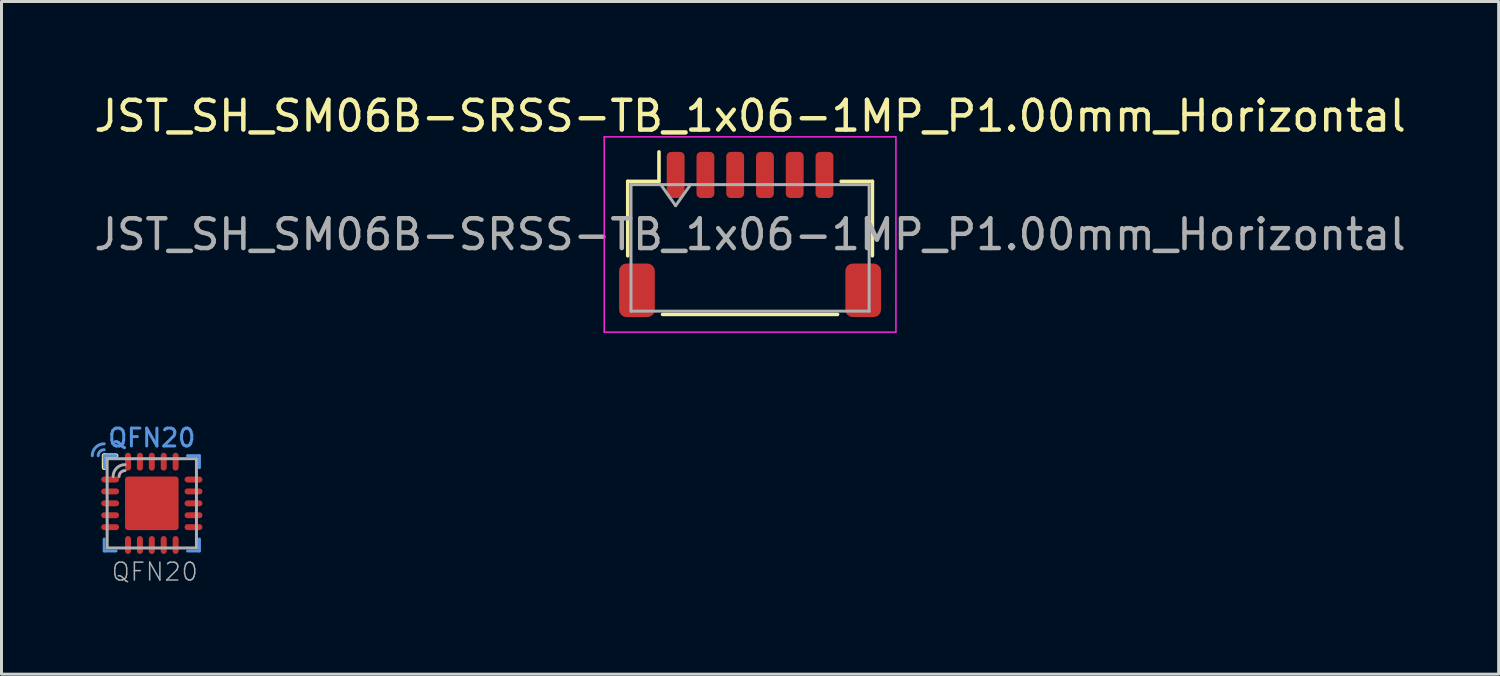
<source format=kicad_pcb>
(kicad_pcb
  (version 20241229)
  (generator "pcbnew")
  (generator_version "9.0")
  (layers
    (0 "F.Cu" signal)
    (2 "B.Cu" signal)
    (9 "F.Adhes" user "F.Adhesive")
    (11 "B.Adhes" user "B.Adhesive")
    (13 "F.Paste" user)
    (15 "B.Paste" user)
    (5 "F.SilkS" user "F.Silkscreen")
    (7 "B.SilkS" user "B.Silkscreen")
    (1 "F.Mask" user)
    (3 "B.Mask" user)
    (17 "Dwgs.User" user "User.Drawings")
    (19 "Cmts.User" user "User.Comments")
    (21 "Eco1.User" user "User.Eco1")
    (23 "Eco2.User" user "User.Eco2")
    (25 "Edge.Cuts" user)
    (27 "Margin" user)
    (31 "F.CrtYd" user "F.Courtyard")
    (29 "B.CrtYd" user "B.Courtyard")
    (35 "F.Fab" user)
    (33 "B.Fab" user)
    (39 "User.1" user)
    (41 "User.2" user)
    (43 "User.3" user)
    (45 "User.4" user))
  (footprint "QFN20"
    (layer "F.Cu")
    (at 2.05 13.86)
    (property "Reference" "QFN20" (at 0.1 2.3 180) (layer "F.Fab") (effects (font (size 0.6 0.6) (thickness 0.05))))
    (attr through_hole)
    (fp_line (start -1.6 -1.6) (end -1.6 -1.2) (stroke (width 0.16) (type solid)) (layer "F.SilkS"))
    (fp_line (start -1.2 -1.6) (end -1.6 -1.6) (stroke (width 0.16) (type solid)) (layer "F.SilkS"))
    (fp_line (start -1.6 -1.6) (end -1.59 -1.2) (stroke (width 0.1) (type solid)) (layer "Cmts.User"))
    (fp_line (start -1.6 1.6) (end -1.6 1.2) (stroke (width 0.1) (type solid)) (layer "Cmts.User"))
    (fp_line (start -1.2 -1.6) (end -1.6 -1.6) (stroke (width 0.1) (type solid)) (layer "Cmts.User"))
    (fp_line (start -1.2 1.6) (end -1.6 1.6) (stroke (width 0.1) (type solid)) (layer "Cmts.User"))
    (fp_line (start 1.2 -1.6) (end 1.6 -1.6) (stroke (width 0.1) (type solid)) (layer "Cmts.User"))
    (fp_line (start 1.2 1.6) (end 1.6 1.6) (stroke (width 0.1) (type solid)) (layer "Cmts.User"))
    (fp_line (start 1.6 -1.6) (end 1.6 -1.2) (stroke (width 0.1) (type solid)) (layer "Cmts.User"))
    (fp_line (start 1.6 1.6) (end 1.6 1.2) (stroke (width 0.1) (type solid)) (layer "Cmts.User"))
    (fp_arc (start -2 -1.6) (mid -1.882843 -1.882843) (end -1.6 -2) (stroke (width 0.1) (type solid)) (layer "Cmts.User"))
    (fp_arc (start -1.8 -1.6) (mid -1.741421 -1.741421) (end -1.6 -1.8) (stroke (width 0.1) (type solid)) (layer "Cmts.User"))
    (fp_line (start -1.5 -1.5) (end 1.5 -1.5) (stroke (width 0.1) (type solid)) (layer "F.Fab"))
    (fp_line (start -1.5 1.5) (end -1.5 -1.5) (stroke (width 0.1) (type solid)) (layer "F.Fab"))
    (fp_line (start 1.5 -1.5) (end 1.5 1.5) (stroke (width 0.1) (type solid)) (layer "F.Fab"))
    (fp_line (start 1.5 1.5) (end -1.5 1.5) (stroke (width 0.1) (type solid)) (layer "F.Fab"))
    (fp_arc (start -1.3 -0.9) (mid -1.182843 -1.182843) (end -0.9 -1.3) (stroke (width 0.1) (type solid)) (layer "F.Fab"))
    (fp_arc (start -1.1 -0.9) (mid -1.041421 -1.041421) (end -0.9 -1.1) (stroke (width 0.1) (type solid)) (layer "F.Fab"))
    (fp_text user "${REFERENCE}" (at 0 -2.2 180) (layer "Cmts.User") (effects (font (size 0.6 0.6) (thickness 0.1))))
    (pad "" smd roundrect (at -0.5 -0.5) (size 0.7 0.7) (layers "F.Paste") (roundrect_rratio 0.286))
    (pad "" smd roundrect (at -0.5 0.5) (size 0.7 0.7) (layers "F.Paste") (roundrect_rratio 0.286))
    (pad "" smd roundrect (at 0.5 -0.5) (size 0.7 0.7) (layers "F.Paste") (roundrect_rratio 0.286))
    (pad "" smd roundrect (at 0.5 0.5) (size 0.7 0.7) (layers "F.Paste") (roundrect_rratio 0.286))
    (pad "1" smd oval (at -1.4 -0.8 90) (size 0.2 0.6) (layers "F.Cu" "F.Mask" "F.Paste"))
    (pad "2" smd oval (at -1.4 -0.4 90) (size 0.2 0.6) (layers "F.Cu" "F.Mask" "F.Paste"))
    (pad "3" smd oval (at -1.4 0 90) (size 0.2 0.6) (layers "F.Cu" "F.Mask" "F.Paste"))
    (pad "4" smd oval (at -1.4 0.4 90) (size 0.2 0.6) (layers "F.Cu" "F.Mask" "F.Paste"))
    (pad "5" smd oval (at -1.4 0.8 90) (size 0.2 0.6) (layers "F.Cu" "F.Mask" "F.Paste"))
    (pad "6" smd oval (at -0.8 1.4 180) (size 0.2 0.6) (layers "F.Cu" "F.Mask" "F.Paste"))
    (pad "7" smd oval (at -0.4 1.4 180) (size 0.2 0.6) (layers "F.Cu" "F.Mask" "F.Paste"))
    (pad "8" smd oval (at 0 1.4 180) (size 0.2 0.6) (layers "F.Cu" "F.Mask" "F.Paste"))
    (pad "9" smd oval (at 0.4 1.4 180) (size 0.2 0.6) (layers "F.Cu" "F.Mask" "F.Paste"))
    (pad "10" smd oval (at 0.8 1.4 180) (size 0.2 0.6) (layers "F.Cu" "F.Mask" "F.Paste"))
    (pad "11" smd oval (at 1.4 0.8 90) (size 0.2 0.6) (layers "F.Cu" "F.Mask" "F.Paste"))
    (pad "12" smd oval (at 1.4 0.4 90) (size 0.2 0.6) (layers "F.Cu" "F.Mask" "F.Paste"))
    (pad "13" smd oval (at 1.4 0 90) (size 0.2 0.6) (layers "F.Cu" "F.Mask" "F.Paste"))
    (pad "14" smd oval (at 1.4 -0.4 90) (size 0.2 0.6) (layers "F.Cu" "F.Mask" "F.Paste"))
    (pad "15" smd oval (at 1.4 -0.8 90) (size 0.2 0.6) (layers "F.Cu" "F.Mask" "F.Paste"))
    (pad "16" smd oval (at 0.8 -1.4 180) (size 0.2 0.6) (layers "F.Cu" "F.Mask" "F.Paste"))
    (pad "17" smd oval (at 0.4 -1.4 180) (size 0.2 0.6) (layers "F.Cu" "F.Mask" "F.Paste"))
    (pad "18" smd oval (at 0 -1.4 180) (size 0.2 0.6) (layers "F.Cu" "F.Mask" "F.Paste"))
    (pad "19" smd oval (at -0.4 -1.4 180) (size 0.2 0.6) (layers "F.Cu" "F.Mask" "F.Paste"))
    (pad "20" smd oval (at -0.8 -1.4 180) (size 0.2 0.6) (layers "F.Cu" "F.Mask" "F.Paste"))
    (pad "PAD" smd roundrect (at 0 0) (size 1.8 1.8) (layers "F.Cu" "F.Mask") (roundrect_rratio 0.056)))
  (footprint "JST_SH_SM06B-SRSS-TB_1x06-1MP_P1.00mm_Horizontal"
    (layer "F.Cu")
    (at 22.149 4.828)
    (property "Reference" "JST_SH_SM06B-SRSS-TB_1x06-1MP_P1.00mm_Horizontal" (at 0 -3.98 0) (layer "F.SilkS") (effects (font (size 1 1) (thickness 0.15))))
    (attr smd)
    (fp_line (start -4.11 -1.785) (end -3.06 -1.785) (stroke (width 0.12) (type solid)) (layer "F.SilkS"))
    (fp_line (start -4.11 0.715) (end -4.11 -1.785) (stroke (width 0.12) (type solid)) (layer "F.SilkS"))
    (fp_line (start -3.06 -1.785) (end -3.06 -2.775) (stroke (width 0.12) (type solid)) (layer "F.SilkS"))
    (fp_line (start -2.94 2.685) (end 2.94 2.685) (stroke (width 0.12) (type solid)) (layer "F.SilkS"))
    (fp_line (start 4.11 -1.785) (end 3.06 -1.785) (stroke (width 0.12) (type solid)) (layer "F.SilkS"))
    (fp_line (start 4.11 0.715) (end 4.11 -1.785) (stroke (width 0.12) (type solid)) (layer "F.SilkS"))
    (fp_line (start -4.9 -3.28) (end -4.9 3.28) (stroke (width 0.05) (type solid)) (layer "F.CrtYd"))
    (fp_line (start -4.9 3.28) (end 4.9 3.28) (stroke (width 0.05) (type solid)) (layer "F.CrtYd"))
    (fp_line (start 4.9 -3.28) (end -4.9 -3.28) (stroke (width 0.05) (type solid)) (layer "F.CrtYd"))
    (fp_line (start 4.9 3.28) (end 4.9 -3.28) (stroke (width 0.05) (type solid)) (layer "F.CrtYd"))
    (fp_line (start -4 -1.675) (end -4 2.575) (stroke (width 0.1) (type solid)) (layer "F.Fab"))
    (fp_line (start -4 -1.675) (end 4 -1.675) (stroke (width 0.1) (type solid)) (layer "F.Fab"))
    (fp_line (start -4 2.575) (end 4 2.575) (stroke (width 0.1) (type solid)) (layer "F.Fab"))
    (fp_line (start -3 -1.675) (end -2.5 -0.968) (stroke (width 0.1) (type solid)) (layer "F.Fab"))
    (fp_line (start -2.5 -0.968) (end -2 -1.675) (stroke (width 0.1) (type solid)) (layer "F.Fab"))
    (fp_line (start 4 -1.675) (end 4 2.575) (stroke (width 0.1) (type solid)) (layer "F.Fab"))
    (fp_text user "${REFERENCE}" (at 0 0 0) (layer "F.Fab") (effects (font (size 1 1) (thickness 0.15))))
    (pad "1" smd roundrect (at -2.5 -2) (size 0.6 1.55) (layers "F.Cu" "F.Mask" "F.Paste") (roundrect_rratio 0.25))
    (pad "2" smd roundrect (at -1.5 -2) (size 0.6 1.55) (layers "F.Cu" "F.Mask" "F.Paste") (roundrect_rratio 0.25))
    (pad "3" smd roundrect (at -0.5 -2) (size 0.6 1.55) (layers "F.Cu" "F.Mask" "F.Paste") (roundrect_rratio 0.25))
    (pad "4" smd roundrect (at 0.5 -2) (size 0.6 1.55) (layers "F.Cu" "F.Mask" "F.Paste") (roundrect_rratio 0.25))
    (pad "5" smd roundrect (at 1.5 -2) (size 0.6 1.55) (layers "F.Cu" "F.Mask" "F.Paste") (roundrect_rratio 0.25))
    (pad "6" smd roundrect (at 2.5 -2) (size 0.6 1.55) (layers "F.Cu" "F.Mask" "F.Paste") (roundrect_rratio 0.25))
    (pad "MP" smd roundrect (at -3.8 1.875) (size 1.2 1.8) (layers "F.Cu" "F.Mask" "F.Paste") (roundrect_rratio 0.208))
    (pad "MP" smd roundrect (at 3.8 1.875) (size 1.2 1.8) (layers "F.Cu" "F.Mask" "F.Paste") (roundrect_rratio 0.208)))
  (gr_rect
    (start -3 -3)
    (end 47.298 19.599)
    (stroke (width 0.1) (type default))
    (fill no)
    (layer "Edge.Cuts")))
</source>
